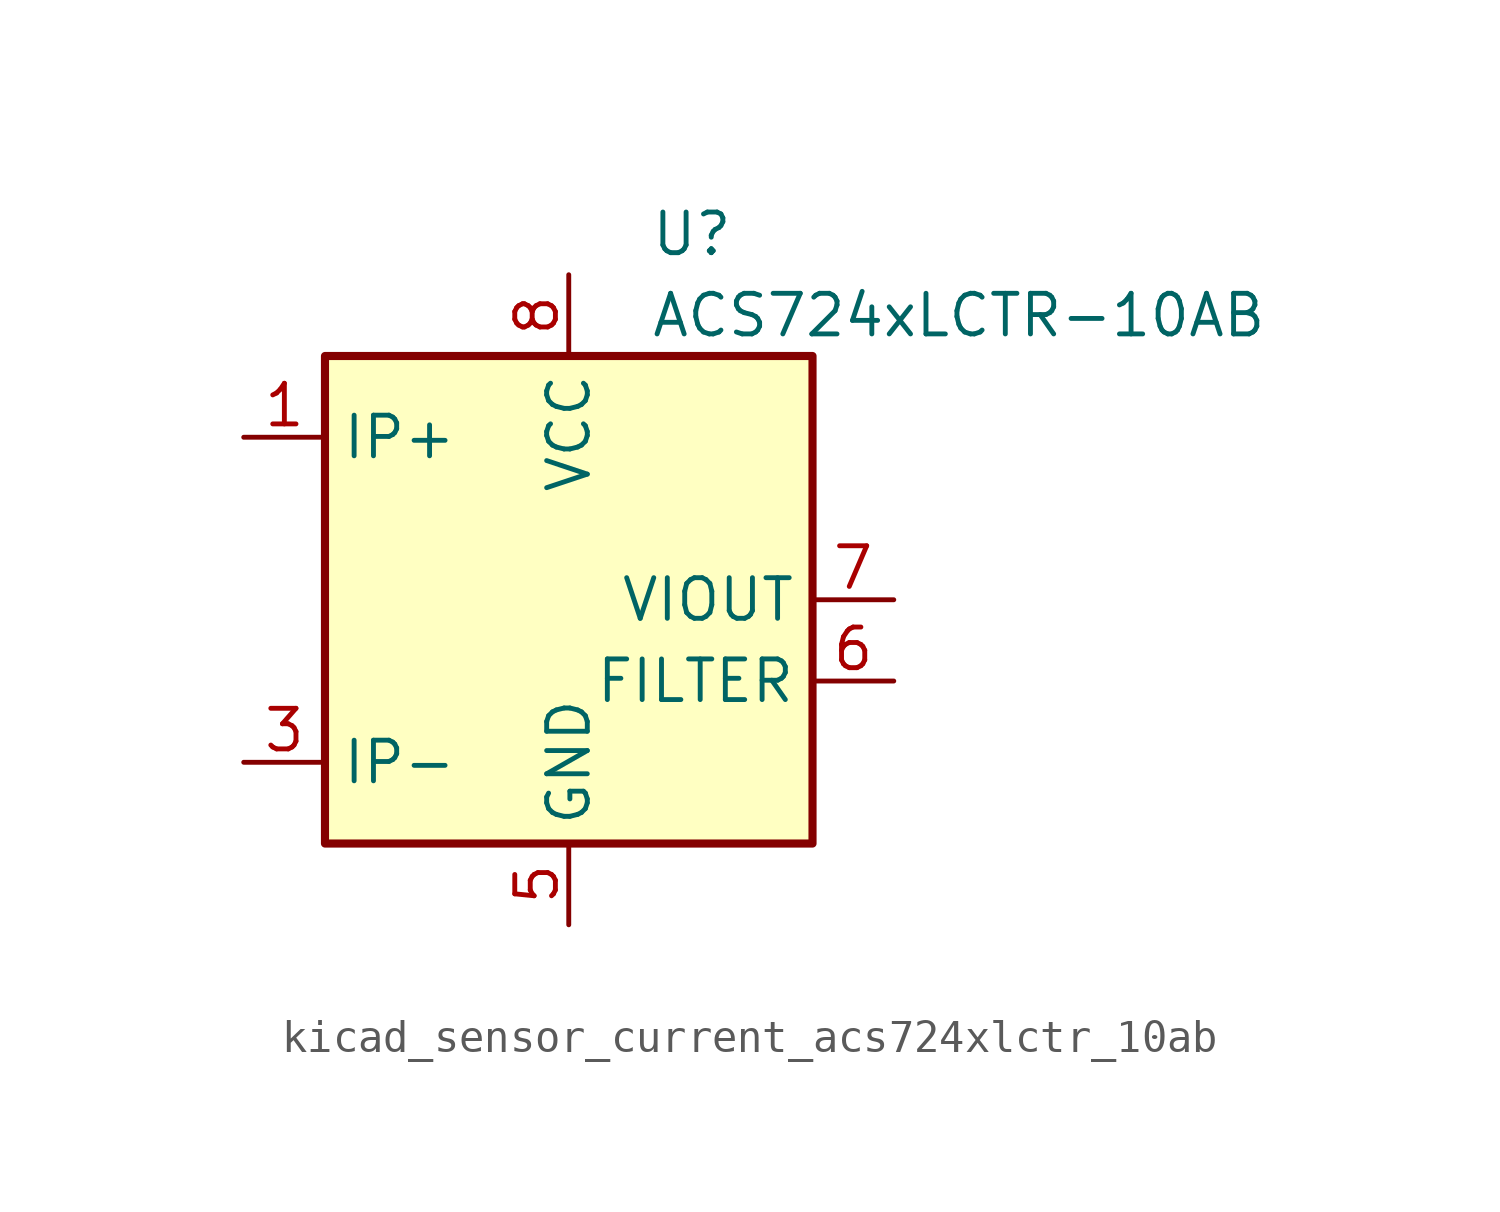
<source format=kicad_sym>
(kicad_symbol_lib
  (version 20220914)
  (generator kicad_symbol_editor)
  (symbol "kicad_sensor_current_acs724xlctr_10ab"
    (property "Reference" "U"
      (at 2.54 11.43 0)
      (effects (font (size 1.27 1.27)) (justify left)))
    (property "Value" "ACS724xLCTR-10AB"
      (at 2.54 8.89 0)
      (effects (font (size 1.27 1.27)) (justify left)))
    (symbol "kicad_sensor_current_acs724xlctr_10ab_0_1"
      (rectangle (start -7.62 7.62) (end 7.62 -7.62) (stroke (width 0.254) (type default)) (fill (type background))))
    (symbol "kicad_sensor_current_acs724xlctr_10ab_1_1"
      (pin passive line (at -10.16 5.08 0) (length 2.54) (name "IP+" (effects (font (size 1.27 1.27)))) (number "1" (effects (font (size 1.27 1.27)))))
      (pin passive line (at -10.16 5.08 0) (length 2.54) hide (name "IP+" (effects (font (size 1.27 1.27)))) (number "2" (effects (font (size 1.27 1.27)))))
      (pin passive line (at -10.16 -5.08 0) (length 2.54) (name "IP-" (effects (font (size 1.27 1.27)))) (number "3" (effects (font (size 1.27 1.27)))))
      (pin passive line (at -10.16 -5.08 0) (length 2.54) hide (name "IP-" (effects (font (size 1.27 1.27)))) (number "4" (effects (font (size 1.27 1.27)))))
      (pin power_in line (at 0 -10.16 90) (length 2.54) (name "GND" (effects (font (size 1.27 1.27)))) (number "5" (effects (font (size 1.27 1.27)))))
      (pin passive line (at 10.16 -2.54 180) (length 2.54) (name "FILTER" (effects (font (size 1.27 1.27)))) (number "6" (effects (font (size 1.27 1.27)))))
      (pin output line (at 10.16 0 180) (length 2.54) (name "VIOUT" (effects (font (size 1.27 1.27)))) (number "7" (effects (font (size 1.27 1.27)))))
      (pin power_in line (at 0 10.16 270) (length 2.54) (name "VCC" (effects (font (size 1.27 1.27)))) (number "8" (effects (font (size 1.27 1.27))))))))
</source>
